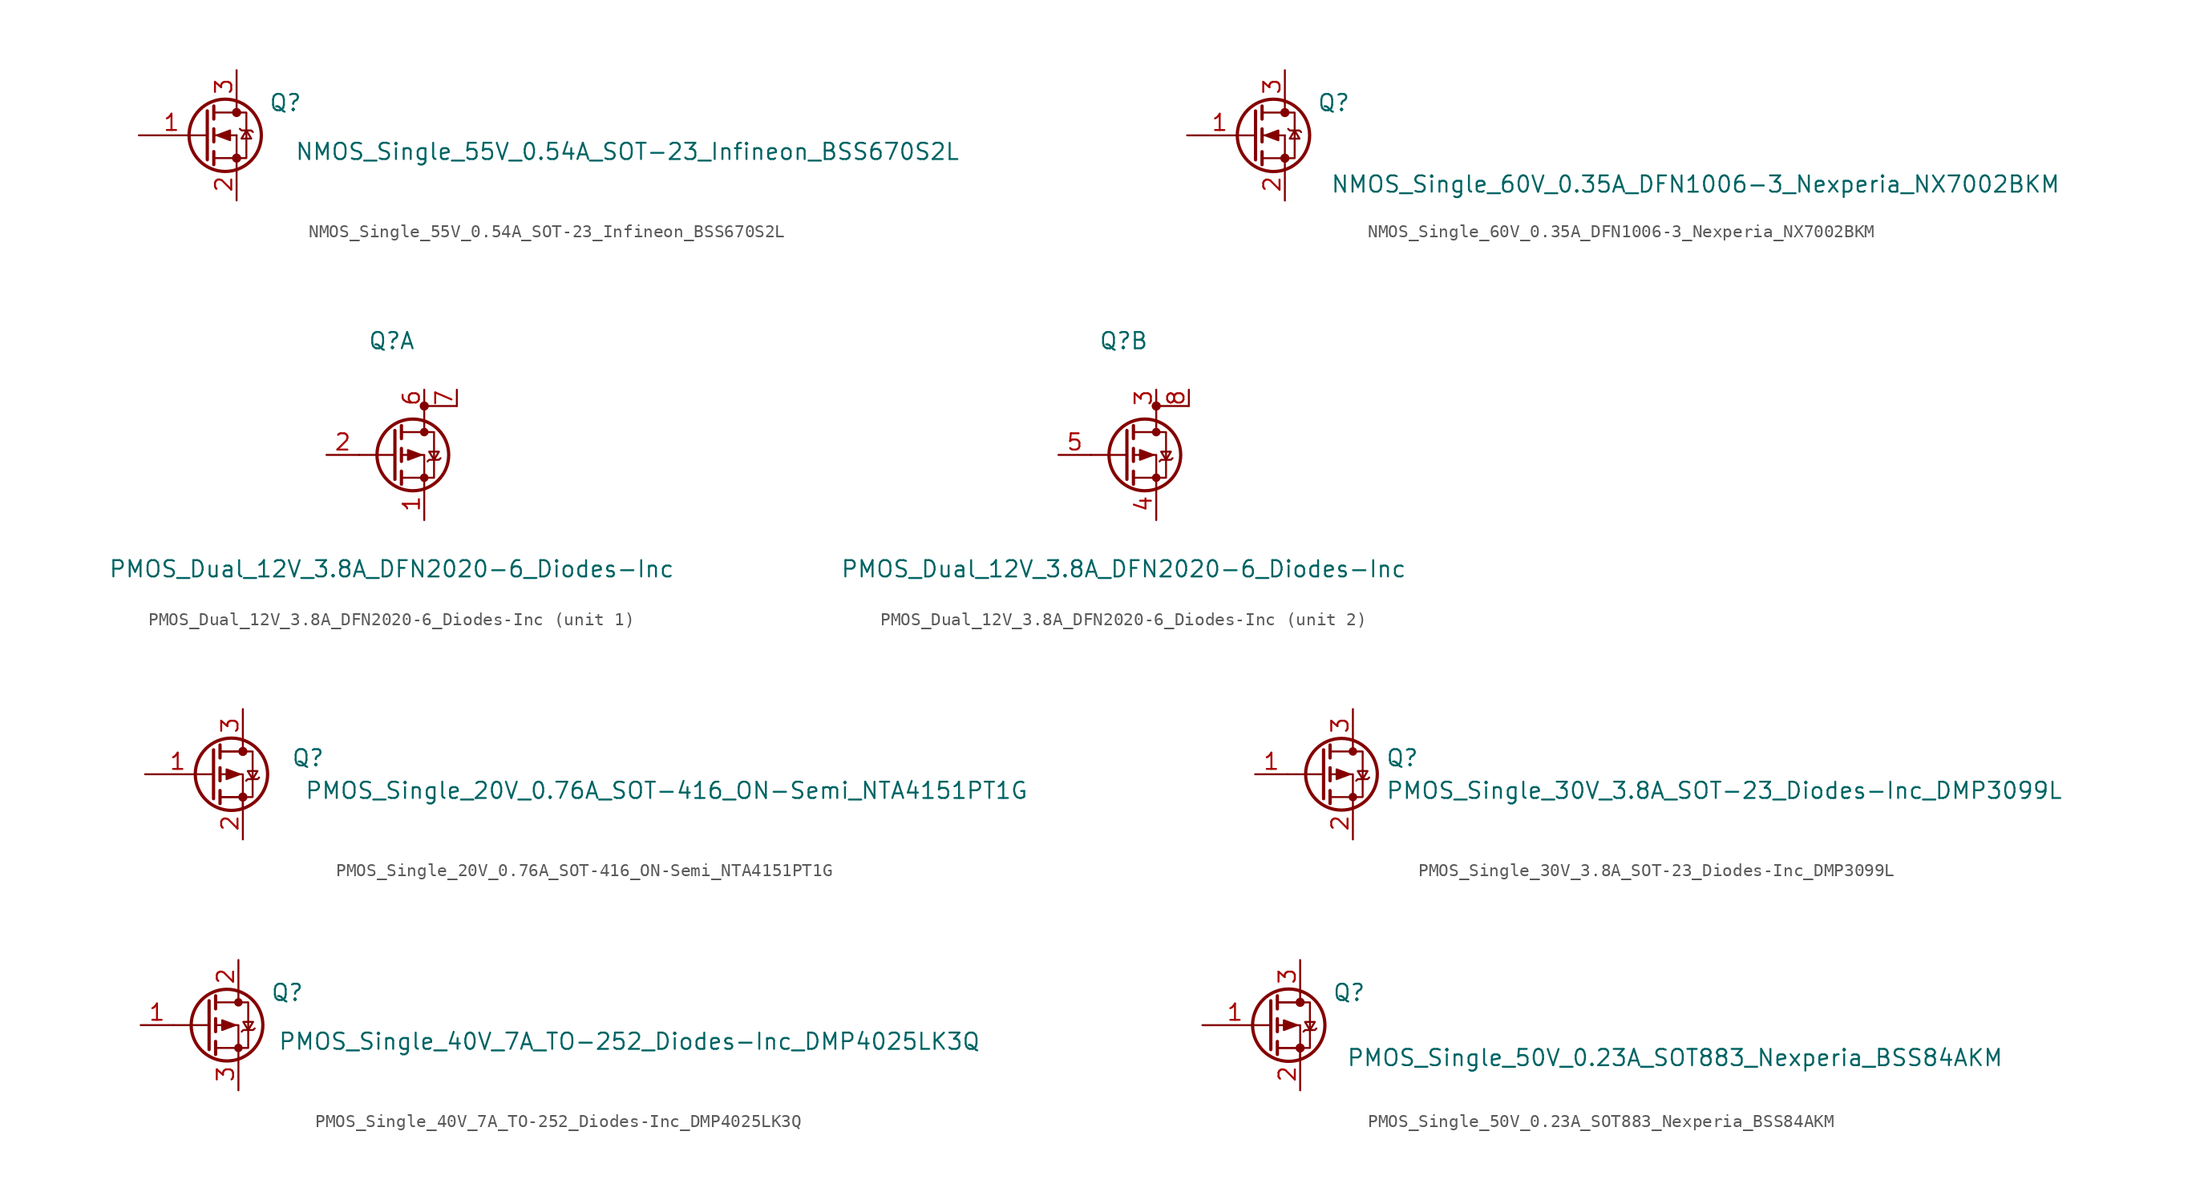
<source format=kicad_sym>
(kicad_symbol_lib
  (version 20231120)
  (generator "kicad_symbol_editor")
  (generator_version "8.0")
  (symbol "NMOS_Single_55V_0.54A_SOT-23_Infineon_BSS670S2L"
    (pin_names
      (offset 1.27) hide)
    (property "Reference" "Q"
      (at 6.35 2.54 0)
      (effects (font (size 1.27 1.27))))
    (property "Value" "NMOS_Single_55V_0.54A_SOT-23_Infineon_BSS670S2L"
      (at 33.02 -1.27 0)
      (effects (font (size 1.27 1.27))))
    (symbol "NMOS_Single_55V_0.54A_SOT-23_Infineon_BSS670S2L_1_1"
      (polyline (pts (xy 0.051 0) (xy 0.254 0)) (stroke (width 0) (type default)) (fill (type none)))
      (polyline (pts (xy 0.762 -1.778) (xy 2.54 -1.778)) (stroke (width 0) (type default)) (fill (type none)))
      (polyline (pts (xy 0.762 -1.27) (xy 0.762 -2.286)) (stroke (width 0.254) (type default)) (fill (type none)))
      (polyline (pts (xy 0.762 0) (xy 2.54 0)) (stroke (width 0) (type default)) (fill (type none)))
      (polyline (pts (xy 0.762 0.508) (xy 0.762 -0.508)) (stroke (width 0.254) (type default)) (fill (type none)))
      (polyline (pts (xy 0.762 1.778) (xy 2.54 1.778)) (stroke (width 0) (type default)) (fill (type none)))
      (polyline (pts (xy 0.762 2.286) (xy 0.762 1.27)) (stroke (width 0.254) (type default)) (fill (type none)))
      (polyline (pts (xy 2.54 -1.778) (xy 2.54 -2.54)) (stroke (width 0) (type default)) (fill (type none)))
      (polyline (pts (xy 2.54 -1.778) (xy 2.54 0)) (stroke (width 0) (type default)) (fill (type none)))
      (polyline (pts (xy 2.54 2.54) (xy 2.54 1.778)) (stroke (width 0) (type default)) (fill (type none)))
      (polyline (pts (xy 0.254 1.905) (xy 0.254 -1.905) (xy 0.254 -1.905)) (stroke (width 0.254) (type default)) (fill (type none)))
      (polyline (pts (xy 1.016 0) (xy 2.032 0.381) (xy 2.032 -0.381) (xy 1.016 0)) (stroke (width 0) (type default)) (fill (type outline)))
      (polyline (pts (xy 2.54 -1.778) (xy 3.302 -1.778) (xy 3.302 1.778) (xy 2.54 1.778)) (stroke (width 0) (type default)) (fill (type none)))
      (polyline (pts (xy 2.794 0.508) (xy 2.921 0.381) (xy 3.683 0.381) (xy 3.81 0.254)) (stroke (width 0) (type default)) (fill (type none)))
      (polyline (pts (xy 3.302 0.381) (xy 2.921 -0.254) (xy 3.683 -0.254) (xy 3.302 0.381)) (stroke (width 0) (type default)) (fill (type none)))
      (circle (center 1.651 0) (radius 2.819) (stroke (width 0.254) (type default)) (fill (type none)))
      (circle (center 2.54 -1.778) (radius 0.279) (stroke (width 0) (type default)) (fill (type outline)))
      (circle (center 2.54 1.778) (radius 0.279) (stroke (width 0) (type default)) (fill (type outline)))
      (pin input line (at -5.08 0 0) (length 5.08) (name "G" (effects (font (size 1.27 1.27)))) (number "1" (effects (font (size 1.27 1.27)))))
      (pin passive line (at 2.54 -5.08 90) (length 2.54) (name "S" (effects (font (size 1.27 1.27)))) (number "2" (effects (font (size 1.27 1.27)))))
      (pin passive line (at 2.54 5.08 270) (length 2.54) (name "D" (effects (font (size 1.27 1.27)))) (number "3" (effects (font (size 1.27 1.27)))))))
  (symbol "NMOS_Single_60V_0.35A_DFN1006-3_Nexperia_NX7002BKM"
    (pin_names
      (offset 1.27) hide)
    (property "Reference" "Q"
      (at 6.35 2.54 0)
      (effects (font (size 1.27 1.27))))
    (property "Value" "NMOS_Single_60V_0.35A_DFN1006-3_Nexperia_NX7002BKM"
      (at 34.544 -3.81 0)
      (effects (font (size 1.27 1.27))))
    (symbol "NMOS_Single_60V_0.35A_DFN1006-3_Nexperia_NX7002BKM_1_1"
      (polyline (pts (xy 0.051 0) (xy 0.254 0)) (stroke (width 0) (type default)) (fill (type none)))
      (polyline (pts (xy 0.762 -1.778) (xy 2.54 -1.778)) (stroke (width 0) (type default)) (fill (type none)))
      (polyline (pts (xy 0.762 -1.27) (xy 0.762 -2.286)) (stroke (width 0.254) (type default)) (fill (type none)))
      (polyline (pts (xy 0.762 0) (xy 2.54 0)) (stroke (width 0) (type default)) (fill (type none)))
      (polyline (pts (xy 0.762 0.508) (xy 0.762 -0.508)) (stroke (width 0.254) (type default)) (fill (type none)))
      (polyline (pts (xy 0.762 1.778) (xy 2.54 1.778)) (stroke (width 0) (type default)) (fill (type none)))
      (polyline (pts (xy 0.762 2.286) (xy 0.762 1.27)) (stroke (width 0.254) (type default)) (fill (type none)))
      (polyline (pts (xy 2.54 -1.778) (xy 2.54 -2.54)) (stroke (width 0) (type default)) (fill (type none)))
      (polyline (pts (xy 2.54 -1.778) (xy 2.54 0)) (stroke (width 0) (type default)) (fill (type none)))
      (polyline (pts (xy 2.54 2.54) (xy 2.54 1.778)) (stroke (width 0) (type default)) (fill (type none)))
      (polyline (pts (xy 0.254 1.905) (xy 0.254 -1.905) (xy 0.254 -1.905)) (stroke (width 0.254) (type default)) (fill (type none)))
      (polyline (pts (xy 1.016 0) (xy 2.032 0.381) (xy 2.032 -0.381) (xy 1.016 0)) (stroke (width 0) (type default)) (fill (type outline)))
      (polyline (pts (xy 2.54 -1.778) (xy 3.302 -1.778) (xy 3.302 1.778) (xy 2.54 1.778)) (stroke (width 0) (type default)) (fill (type none)))
      (polyline (pts (xy 2.794 0.508) (xy 2.921 0.381) (xy 3.683 0.381) (xy 3.81 0.254)) (stroke (width 0) (type default)) (fill (type none)))
      (polyline (pts (xy 3.302 0.381) (xy 2.921 -0.254) (xy 3.683 -0.254) (xy 3.302 0.381)) (stroke (width 0) (type default)) (fill (type none)))
      (circle (center 1.651 0) (radius 2.819) (stroke (width 0.254) (type default)) (fill (type none)))
      (circle (center 2.54 -1.778) (radius 0.279) (stroke (width 0) (type default)) (fill (type outline)))
      (circle (center 2.54 1.778) (radius 0.279) (stroke (width 0) (type default)) (fill (type outline)))
      (pin input line (at -5.08 0 0) (length 5.08) (name "G" (effects (font (size 1.27 1.27)))) (number "1" (effects (font (size 1.27 1.27)))))
      (pin passive line (at 2.54 -5.08 90) (length 2.54) (name "S" (effects (font (size 1.27 1.27)))) (number "2" (effects (font (size 1.27 1.27)))))
      (pin passive line (at 2.54 5.08 270) (length 2.54) (name "D" (effects (font (size 1.27 1.27)))) (number "3" (effects (font (size 1.27 1.27)))))))
  (symbol "PMOS_Dual_12V_3.8A_DFN2020-6_Diodes-Inc"
    (pin_names
      (offset 1.27) hide)
    (property "Reference" "Q"
      (at 0 8.89 0)
      (effects (font (size 1.27 1.27))))
    (property "Value" "PMOS_Dual_12V_3.8A_DFN2020-6_Diodes-Inc"
      (at 0 -8.89 0)
      (effects (font (size 1.27 1.27))))
    (property "ki_locked" ""
      (at 0 0 0)
      (effects (font (size 1.27 1.27))))
    (symbol "PMOS_Dual_12V_3.8A_DFN2020-6_Diodes-Inc_1_1"
      (polyline (pts (xy 0.254 0) (xy -2.54 0)) (stroke (width 0) (type default)) (fill (type none)))
      (polyline (pts (xy 0.254 1.905) (xy 0.254 -1.905)) (stroke (width 0.254) (type default)) (fill (type none)))
      (polyline (pts (xy 0.762 -1.27) (xy 0.762 -2.286)) (stroke (width 0.254) (type default)) (fill (type none)))
      (polyline (pts (xy 0.762 0.508) (xy 0.762 -0.508)) (stroke (width 0.254) (type default)) (fill (type none)))
      (polyline (pts (xy 0.762 2.286) (xy 0.762 1.27)) (stroke (width 0.254) (type default)) (fill (type none)))
      (polyline (pts (xy 2.54 2.54) (xy 2.54 1.778)) (stroke (width 0) (type default)) (fill (type none)))
      (polyline (pts (xy 2.54 -2.54) (xy 2.54 0) (xy 0.762 0)) (stroke (width 0) (type default)) (fill (type none)))
      (polyline (pts (xy 0.762 1.778) (xy 3.302 1.778) (xy 3.302 -1.778) (xy 0.762 -1.778)) (stroke (width 0) (type default)) (fill (type none)))
      (polyline (pts (xy 2.286 0) (xy 1.27 0.381) (xy 1.27 -0.381) (xy 2.286 0)) (stroke (width 0) (type default)) (fill (type outline)))
      (polyline (pts (xy 2.794 -0.508) (xy 2.921 -0.381) (xy 3.683 -0.381) (xy 3.81 -0.254)) (stroke (width 0) (type default)) (fill (type none)))
      (polyline (pts (xy 3.302 -0.381) (xy 2.921 0.254) (xy 3.683 0.254) (xy 3.302 -0.381)) (stroke (width 0) (type default)) (fill (type none)))
      (polyline (pts (xy 5.08 3.81) (xy 2.54 3.81) (xy 2.54 2.54) (xy 2.54 3.81)) (stroke (width 0) (type default)) (fill (type none)))
      (circle (center 1.651 0) (radius 2.794) (stroke (width 0.254) (type default)) (fill (type none)))
      (circle (center 2.54 -1.778) (radius 0.254) (stroke (width 0) (type default)) (fill (type outline)))
      (circle (center 2.54 1.778) (radius 0.254) (stroke (width 0) (type default)) (fill (type outline)))
      (circle (center 2.54 3.81) (radius 0.279) (stroke (width 0) (type default)) (fill (type outline)))
      (pin passive line (at 2.54 -5.08 90) (length 2.54) (name "S1" (effects (font (size 1.27 1.27)))) (number "1" (effects (font (size 1.27 1.27)))))
      (pin input line (at -5.08 0 0) (length 2.54) (name "G1" (effects (font (size 1.27 1.27)))) (number "2" (effects (font (size 1.27 1.27)))))
      (pin passive line (at 2.54 5.08 270) (length 1.27) (name "D1_1" (effects (font (size 1.27 1.27)))) (number "6" (effects (font (size 1.27 1.27)))))
      (pin passive line (at 5.08 5.08 270) (length 1.27) (name "D1_2" (effects (font (size 1.27 1.27)))) (number "7" (effects (font (size 1.27 1.27))))))
    (symbol "PMOS_Dual_12V_3.8A_DFN2020-6_Diodes-Inc_2_1"
      (polyline (pts (xy 0.254 0) (xy -2.54 0)) (stroke (width 0) (type default)) (fill (type none)))
      (polyline (pts (xy 0.254 1.905) (xy 0.254 -1.905)) (stroke (width 0.254) (type default)) (fill (type none)))
      (polyline (pts (xy 0.762 -1.27) (xy 0.762 -2.286)) (stroke (width 0.254) (type default)) (fill (type none)))
      (polyline (pts (xy 0.762 0.508) (xy 0.762 -0.508)) (stroke (width 0.254) (type default)) (fill (type none)))
      (polyline (pts (xy 0.762 2.286) (xy 0.762 1.27)) (stroke (width 0.254) (type default)) (fill (type none)))
      (polyline (pts (xy 2.54 2.54) (xy 2.54 1.778)) (stroke (width 0) (type default)) (fill (type none)))
      (polyline (pts (xy 2.54 -2.54) (xy 2.54 0) (xy 0.762 0)) (stroke (width 0) (type default)) (fill (type none)))
      (polyline (pts (xy 0.762 1.778) (xy 3.302 1.778) (xy 3.302 -1.778) (xy 0.762 -1.778)) (stroke (width 0) (type default)) (fill (type none)))
      (polyline (pts (xy 2.286 0) (xy 1.27 0.381) (xy 1.27 -0.381) (xy 2.286 0)) (stroke (width 0) (type default)) (fill (type outline)))
      (polyline (pts (xy 2.794 -0.508) (xy 2.921 -0.381) (xy 3.683 -0.381) (xy 3.81 -0.254)) (stroke (width 0) (type default)) (fill (type none)))
      (polyline (pts (xy 3.302 -0.381) (xy 2.921 0.254) (xy 3.683 0.254) (xy 3.302 -0.381)) (stroke (width 0) (type default)) (fill (type none)))
      (polyline (pts (xy 5.08 3.81) (xy 2.54 3.81) (xy 2.54 2.54) (xy 2.54 3.81)) (stroke (width 0) (type default)) (fill (type none)))
      (circle (center 1.651 0) (radius 2.794) (stroke (width 0.254) (type default)) (fill (type none)))
      (circle (center 2.54 -1.778) (radius 0.254) (stroke (width 0) (type default)) (fill (type outline)))
      (circle (center 2.54 1.778) (radius 0.254) (stroke (width 0) (type default)) (fill (type outline)))
      (circle (center 2.54 3.81) (radius 0.279) (stroke (width 0) (type default)) (fill (type outline)))
      (pin passive line (at 2.54 5.08 270) (length 1.27) (name "D2_1" (effects (font (size 1.27 1.27)))) (number "3" (effects (font (size 1.27 1.27)))))
      (pin passive line (at 2.54 -5.08 90) (length 2.54) (name "S2" (effects (font (size 1.27 1.27)))) (number "4" (effects (font (size 1.27 1.27)))))
      (pin input line (at -5.08 0 0) (length 2.54) (name "G2" (effects (font (size 1.27 1.27)))) (number "5" (effects (font (size 1.27 1.27)))))
      (pin passive line (at 5.08 5.08 270) (length 1.27) (name "D2_2" (effects (font (size 1.27 1.27)))) (number "8" (effects (font (size 1.27 1.27)))))))
  (symbol "PMOS_Single_20V_0.76A_SOT-416_ON-Semi_NTA4151PT1G"
    (pin_names
      (offset 1.27) hide)
    (property "Reference" "Q"
      (at 7.62 1.27 0)
      (effects (font (size 1.27 1.27))))
    (property "Value" "PMOS_Single_20V_0.76A_SOT-416_ON-Semi_NTA4151PT1G"
      (at 35.56 -1.27 0)
      (effects (font (size 1.27 1.27))))
    (symbol "PMOS_Single_20V_0.76A_SOT-416_ON-Semi_NTA4151PT1G_1_1"
      (polyline (pts (xy 0.051 0) (xy 0.254 0)) (stroke (width 0) (type default)) (fill (type none)))
      (polyline (pts (xy 0.762 -1.778) (xy 2.54 -1.778)) (stroke (width 0) (type default)) (fill (type none)))
      (polyline (pts (xy 0.762 -1.27) (xy 0.762 -2.286)) (stroke (width 0.254) (type default)) (fill (type none)))
      (polyline (pts (xy 0.762 0.508) (xy 0.762 -0.508)) (stroke (width 0.254) (type default)) (fill (type none)))
      (polyline (pts (xy 0.762 1.778) (xy 2.54 1.778)) (stroke (width 0) (type default)) (fill (type none)))
      (polyline (pts (xy 0.762 2.286) (xy 0.762 1.27)) (stroke (width 0.254) (type default)) (fill (type none)))
      (polyline (pts (xy 2.54 -1.778) (xy 2.54 -2.54)) (stroke (width 0) (type default)) (fill (type none)))
      (polyline (pts (xy 2.54 2.54) (xy 2.54 1.778)) (stroke (width 0) (type default)) (fill (type none)))
      (polyline (pts (xy 0.254 1.905) (xy 0.254 -1.905) (xy 0.254 -1.905)) (stroke (width 0.254) (type default)) (fill (type none)))
      (polyline (pts (xy 2.54 -2.54) (xy 2.54 0) (xy 0.762 0)) (stroke (width 0) (type default)) (fill (type none)))
      (polyline (pts (xy 0.762 1.778) (xy 3.302 1.778) (xy 3.302 -1.778) (xy 0.762 -1.778)) (stroke (width 0) (type default)) (fill (type none)))
      (polyline (pts (xy 2.286 0) (xy 1.27 0.381) (xy 1.27 -0.381) (xy 2.286 0)) (stroke (width 0) (type default)) (fill (type outline)))
      (polyline (pts (xy 2.794 -0.508) (xy 2.921 -0.381) (xy 3.683 -0.381) (xy 3.81 -0.254)) (stroke (width 0) (type default)) (fill (type none)))
      (polyline (pts (xy 3.302 -0.381) (xy 2.921 0.254) (xy 3.683 0.254) (xy 3.302 -0.381)) (stroke (width 0) (type default)) (fill (type none)))
      (circle (center 1.651 0) (radius 2.819) (stroke (width 0.254) (type default)) (fill (type none)))
      (circle (center 2.54 -1.778) (radius 0.279) (stroke (width 0) (type default)) (fill (type outline)))
      (circle (center 2.54 1.778) (radius 0.279) (stroke (width 0) (type default)) (fill (type outline)))
      (pin input line (at -5.08 0 0) (length 5.08) (name "G" (effects (font (size 1.27 1.27)))) (number "1" (effects (font (size 1.27 1.27)))))
      (pin passive line (at 2.54 -5.08 90) (length 2.54) (name "S" (effects (font (size 1.27 1.27)))) (number "2" (effects (font (size 1.27 1.27)))))
      (pin passive line (at 2.54 5.08 270) (length 2.54) (name "D" (effects (font (size 1.27 1.27)))) (number "3" (effects (font (size 1.27 1.27)))))))
  (symbol "PMOS_Single_30V_3.8A_SOT-23_Diodes-Inc_DMP3099L"
    (pin_names
      (offset 1.27) hide)
    (property "Reference" "Q"
      (at 5.08 1.27 0)
      (effects (font (size 1.27 1.27)) (justify left)))
    (property "Value" "PMOS_Single_30V_3.8A_SOT-23_Diodes-Inc_DMP3099L"
      (at 5.08 -1.27 0)
      (effects (font (size 1.27 1.27)) (justify left)))
    (symbol "PMOS_Single_30V_3.8A_SOT-23_Diodes-Inc_DMP3099L_1_1"
      (polyline (pts (xy 0.254 0) (xy -2.54 0)) (stroke (width 0) (type default)) (fill (type none)))
      (polyline (pts (xy 0.254 1.905) (xy 0.254 -1.905)) (stroke (width 0.254) (type default)) (fill (type none)))
      (polyline (pts (xy 0.762 -1.27) (xy 0.762 -2.286)) (stroke (width 0.254) (type default)) (fill (type none)))
      (polyline (pts (xy 0.762 0.508) (xy 0.762 -0.508)) (stroke (width 0.254) (type default)) (fill (type none)))
      (polyline (pts (xy 0.762 2.286) (xy 0.762 1.27)) (stroke (width 0.254) (type default)) (fill (type none)))
      (polyline (pts (xy 2.54 2.54) (xy 2.54 1.778)) (stroke (width 0) (type default)) (fill (type none)))
      (polyline (pts (xy 2.54 -2.54) (xy 2.54 0) (xy 0.762 0)) (stroke (width 0) (type default)) (fill (type none)))
      (polyline (pts (xy 0.762 1.778) (xy 3.302 1.778) (xy 3.302 -1.778) (xy 0.762 -1.778)) (stroke (width 0) (type default)) (fill (type none)))
      (polyline (pts (xy 2.286 0) (xy 1.27 0.381) (xy 1.27 -0.381) (xy 2.286 0)) (stroke (width 0) (type default)) (fill (type outline)))
      (polyline (pts (xy 2.794 -0.508) (xy 2.921 -0.381) (xy 3.683 -0.381) (xy 3.81 -0.254)) (stroke (width 0) (type default)) (fill (type none)))
      (polyline (pts (xy 3.302 -0.381) (xy 2.921 0.254) (xy 3.683 0.254) (xy 3.302 -0.381)) (stroke (width 0) (type default)) (fill (type none)))
      (circle (center 1.651 0) (radius 2.794) (stroke (width 0.254) (type default)) (fill (type none)))
      (circle (center 2.54 -1.778) (radius 0.254) (stroke (width 0) (type default)) (fill (type outline)))
      (circle (center 2.54 1.778) (radius 0.254) (stroke (width 0) (type default)) (fill (type outline)))
      (pin input line (at -5.08 0 0) (length 2.54) (name "G" (effects (font (size 1.27 1.27)))) (number "1" (effects (font (size 1.27 1.27)))))
      (pin passive line (at 2.54 -5.08 90) (length 2.54) (name "S" (effects (font (size 1.27 1.27)))) (number "2" (effects (font (size 1.27 1.27)))))
      (pin passive line (at 2.54 5.08 270) (length 2.54) (name "D" (effects (font (size 1.27 1.27)))) (number "3" (effects (font (size 1.27 1.27)))))))
  (symbol "PMOS_Single_40V_7A_TO-252_Diodes-Inc_DMP4025LK3Q"
    (pin_names
      (offset 1.27) hide)
    (property "Reference" "Q"
      (at 6.35 2.54 0)
      (effects (font (size 1.27 1.27))))
    (property "Value" "PMOS_Single_40V_7A_TO-252_Diodes-Inc_DMP4025LK3Q"
      (at 33.02 -1.27 0)
      (effects (font (size 1.27 1.27))))
    (symbol "PMOS_Single_40V_7A_TO-252_Diodes-Inc_DMP4025LK3Q_1_1"
      (polyline (pts (xy 0.254 0) (xy -2.54 0)) (stroke (width 0) (type default)) (fill (type none)))
      (polyline (pts (xy 0.254 1.905) (xy 0.254 -1.905)) (stroke (width 0.254) (type default)) (fill (type none)))
      (polyline (pts (xy 0.762 -1.27) (xy 0.762 -2.286)) (stroke (width 0.254) (type default)) (fill (type none)))
      (polyline (pts (xy 0.762 0.508) (xy 0.762 -0.508)) (stroke (width 0.254) (type default)) (fill (type none)))
      (polyline (pts (xy 0.762 2.286) (xy 0.762 1.27)) (stroke (width 0.254) (type default)) (fill (type none)))
      (polyline (pts (xy 2.54 2.54) (xy 2.54 1.778)) (stroke (width 0) (type default)) (fill (type none)))
      (polyline (pts (xy 2.54 -2.54) (xy 2.54 0) (xy 0.762 0)) (stroke (width 0) (type default)) (fill (type none)))
      (polyline (pts (xy 0.762 1.778) (xy 3.302 1.778) (xy 3.302 -1.778) (xy 0.762 -1.778)) (stroke (width 0) (type default)) (fill (type none)))
      (polyline (pts (xy 2.286 0) (xy 1.27 0.381) (xy 1.27 -0.381) (xy 2.286 0)) (stroke (width 0) (type default)) (fill (type outline)))
      (polyline (pts (xy 2.794 -0.508) (xy 2.921 -0.381) (xy 3.683 -0.381) (xy 3.81 -0.254)) (stroke (width 0) (type default)) (fill (type none)))
      (polyline (pts (xy 3.302 -0.381) (xy 2.921 0.254) (xy 3.683 0.254) (xy 3.302 -0.381)) (stroke (width 0) (type default)) (fill (type none)))
      (circle (center 1.651 0) (radius 2.794) (stroke (width 0.254) (type default)) (fill (type none)))
      (circle (center 2.54 -1.778) (radius 0.254) (stroke (width 0) (type default)) (fill (type outline)))
      (circle (center 2.54 1.778) (radius 0.254) (stroke (width 0) (type default)) (fill (type outline)))
      (pin input line (at -5.08 0 0) (length 2.54) (name "G" (effects (font (size 1.27 1.27)))) (number "1" (effects (font (size 1.27 1.27)))))
      (pin passive line (at 2.54 5.08 270) (length 2.54) (name "D" (effects (font (size 1.27 1.27)))) (number "2" (effects (font (size 1.27 1.27)))))
      (pin passive line (at 2.54 -5.08 90) (length 2.54) (name "S" (effects (font (size 1.27 1.27)))) (number "3" (effects (font (size 1.27 1.27)))))))
  (symbol "PMOS_Single_50V_0.23A_SOT883_Nexperia_BSS84AKM"
    (pin_names
      (offset 1.27) hide)
    (property "Reference" "Q"
      (at 6.35 2.54 0)
      (effects (font (size 1.27 1.27))))
    (property "Value" "PMOS_Single_50V_0.23A_SOT883_Nexperia_BSS84AKM"
      (at 31.75 -2.54 0)
      (effects (font (size 1.27 1.27))))
    (symbol "PMOS_Single_50V_0.23A_SOT883_Nexperia_BSS84AKM_1_1"
      (polyline (pts (xy 0.051 0) (xy 0.254 0)) (stroke (width 0) (type default)) (fill (type none)))
      (polyline (pts (xy 0.762 -1.778) (xy 2.54 -1.778)) (stroke (width 0) (type default)) (fill (type none)))
      (polyline (pts (xy 0.762 -1.27) (xy 0.762 -2.286)) (stroke (width 0.254) (type default)) (fill (type none)))
      (polyline (pts (xy 0.762 0.508) (xy 0.762 -0.508)) (stroke (width 0.254) (type default)) (fill (type none)))
      (polyline (pts (xy 0.762 1.778) (xy 2.54 1.778)) (stroke (width 0) (type default)) (fill (type none)))
      (polyline (pts (xy 0.762 2.286) (xy 0.762 1.27)) (stroke (width 0.254) (type default)) (fill (type none)))
      (polyline (pts (xy 2.54 -1.778) (xy 2.54 -2.54)) (stroke (width 0) (type default)) (fill (type none)))
      (polyline (pts (xy 2.54 2.54) (xy 2.54 1.778)) (stroke (width 0) (type default)) (fill (type none)))
      (polyline (pts (xy 0.254 1.905) (xy 0.254 -1.905) (xy 0.254 -1.905)) (stroke (width 0.254) (type default)) (fill (type none)))
      (polyline (pts (xy 2.54 -2.54) (xy 2.54 0) (xy 0.762 0)) (stroke (width 0) (type default)) (fill (type none)))
      (polyline (pts (xy 0.762 1.778) (xy 3.302 1.778) (xy 3.302 -1.778) (xy 0.762 -1.778)) (stroke (width 0) (type default)) (fill (type none)))
      (polyline (pts (xy 2.286 0) (xy 1.27 0.381) (xy 1.27 -0.381) (xy 2.286 0)) (stroke (width 0) (type default)) (fill (type outline)))
      (polyline (pts (xy 2.794 -0.508) (xy 2.921 -0.381) (xy 3.683 -0.381) (xy 3.81 -0.254)) (stroke (width 0) (type default)) (fill (type none)))
      (polyline (pts (xy 3.302 -0.381) (xy 2.921 0.254) (xy 3.683 0.254) (xy 3.302 -0.381)) (stroke (width 0) (type default)) (fill (type none)))
      (circle (center 1.651 0) (radius 2.819) (stroke (width 0.254) (type default)) (fill (type none)))
      (circle (center 2.54 -1.778) (radius 0.279) (stroke (width 0) (type default)) (fill (type outline)))
      (circle (center 2.54 1.778) (radius 0.279) (stroke (width 0) (type default)) (fill (type outline)))
      (pin input line (at -5.08 0 0) (length 5.08) (name "G" (effects (font (size 1.27 1.27)))) (number "1" (effects (font (size 1.27 1.27)))))
      (pin passive line (at 2.54 -5.08 90) (length 2.54) (name "S" (effects (font (size 1.27 1.27)))) (number "2" (effects (font (size 1.27 1.27)))))
      (pin passive line (at 2.54 5.08 270) (length 2.54) (name "D" (effects (font (size 1.27 1.27)))) (number "3" (effects (font (size 1.27 1.27))))))))
</source>
